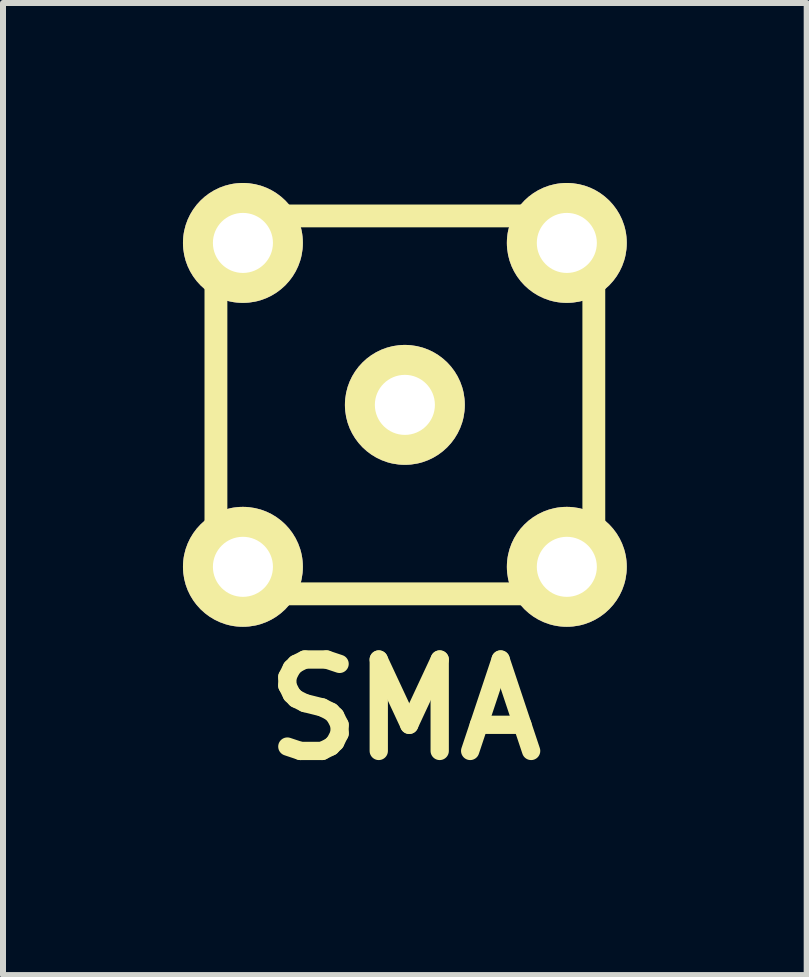
<source format=kicad_pcb>
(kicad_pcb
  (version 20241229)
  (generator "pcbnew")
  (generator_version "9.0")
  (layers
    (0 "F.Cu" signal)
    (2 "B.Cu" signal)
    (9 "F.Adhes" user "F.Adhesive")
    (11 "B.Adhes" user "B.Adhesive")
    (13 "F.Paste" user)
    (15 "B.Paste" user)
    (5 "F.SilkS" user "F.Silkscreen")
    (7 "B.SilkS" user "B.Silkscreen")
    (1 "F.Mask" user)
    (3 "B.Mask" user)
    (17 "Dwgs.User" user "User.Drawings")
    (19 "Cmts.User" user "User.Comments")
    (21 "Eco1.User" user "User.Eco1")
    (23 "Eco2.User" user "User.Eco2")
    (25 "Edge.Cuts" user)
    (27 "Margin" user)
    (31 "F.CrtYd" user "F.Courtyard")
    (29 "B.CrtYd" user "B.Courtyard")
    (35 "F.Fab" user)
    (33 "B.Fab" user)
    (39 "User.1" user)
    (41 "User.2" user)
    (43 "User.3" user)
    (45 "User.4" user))
  (footprint "SMA"
    (layer "F.Cu")
    (at 3.7 3.7)
    (property "Reference" "SMA" (at 0 5.08 0) (layer "F.SilkS") (effects (font (size 1.524 1.524) (thickness 0.305))))
    (attr through_hole)
    (fp_line (start -3.15 -3.15) (end 3.15 -3.15) (stroke (width 0.381) (type solid)) (layer "F.SilkS"))
    (fp_line (start -3.15 3.15) (end -3.15 -3.15) (stroke (width 0.381) (type solid)) (layer "F.SilkS"))
    (fp_line (start 3.15 -3.15) (end 3.15 3.15) (stroke (width 0.381) (type solid)) (layer "F.SilkS"))
    (fp_line (start 3.15 3.15) (end -3.15 3.15) (stroke (width 0.381) (type solid)) (layer "F.SilkS"))
    (pad "1" thru_hole circle (at 0 0) (size 1.999 1.999) (drill 1.001) (layers "*.Cu" "*.Mask" "F.SilkS"))
    (pad "2" thru_hole circle (at -2.7 -2.7) (size 1.999 1.999) (drill 1.001) (layers "*.Cu" "*.Mask" "F.SilkS"))
    (pad "3" thru_hole circle (at 2.7 -2.7) (size 1.999 1.999) (drill 1.001) (layers "*.Cu" "*.Mask" "F.SilkS"))
    (pad "4" thru_hole circle (at 2.7 2.7) (size 1.999 1.999) (drill 1.001) (layers "*.Cu" "*.Mask" "F.SilkS"))
    (pad "5" thru_hole circle (at -2.7 2.7) (size 1.999 1.999) (drill 1.001) (layers "*.Cu" "*.Mask" "F.SilkS")))
  (gr_rect
    (start -3 -3)
    (end 10.399 13.206)
    (stroke (width 0.1) (type default))
    (fill no)
    (layer "Edge.Cuts")))
</source>
